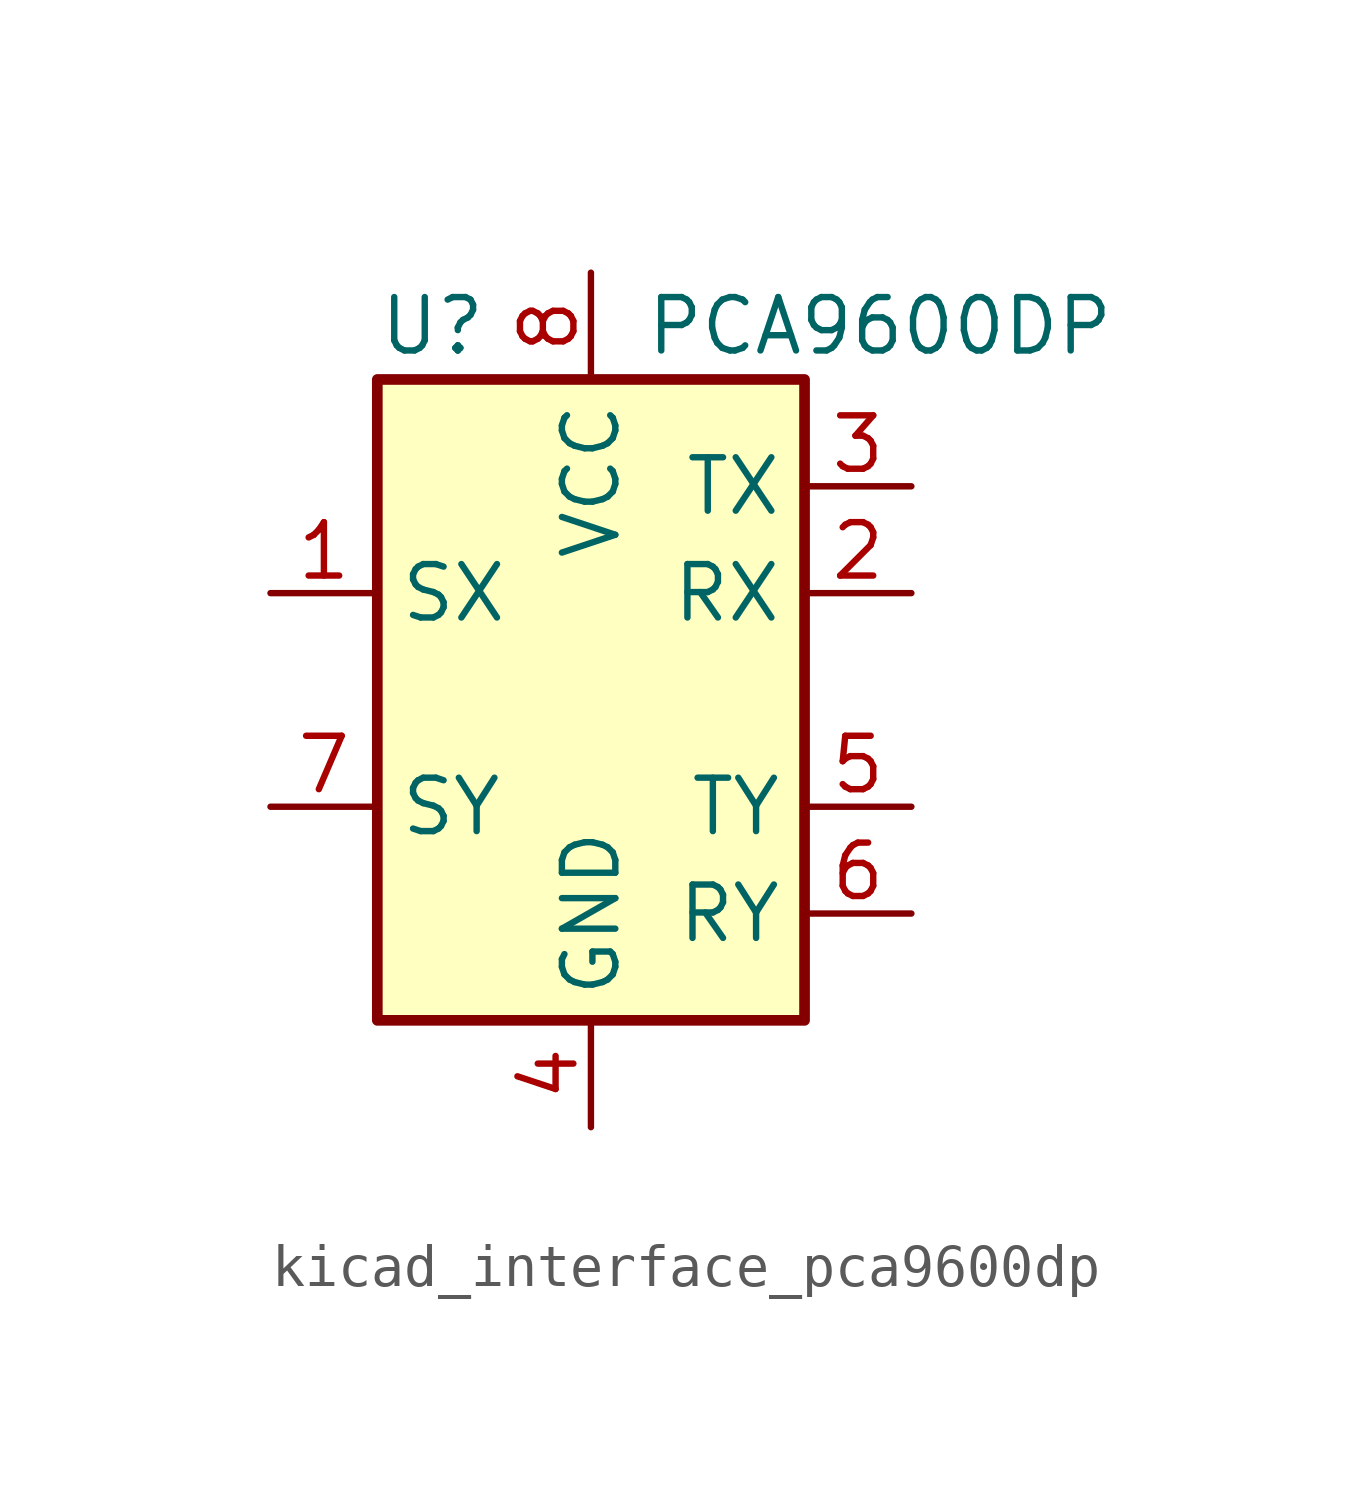
<source format=kicad_sym>
(kicad_symbol_lib
  (version 20220914)
  (generator kicad_symbol_editor)
  (symbol "kicad_interface_pca9600dp"
    (property "Reference" "U"
      (at -5.08 8.89 0)
      (effects (font (size 1.27 1.27)) (justify left)))
    (property "Value" "PCA9600DP"
      (at 1.27 8.89 0)
      (effects (font (size 1.27 1.27)) (justify left)))
    (symbol "kicad_interface_pca9600dp_0_1"
      (rectangle (start -5.08 7.62) (end 5.08 -7.62) (stroke (width 0.254) (type default)) (fill (type background))))
    (symbol "kicad_interface_pca9600dp_1_1"
      (pin bidirectional line (at -7.62 2.54 0) (length 2.54) (name "SX" (effects (font (size 1.27 1.27)))) (number "1" (effects (font (size 1.27 1.27)))))
      (pin input line (at 7.62 2.54 180) (length 2.54) (name "RX" (effects (font (size 1.27 1.27)))) (number "2" (effects (font (size 1.27 1.27)))))
      (pin open_collector line (at 7.62 5.08 180) (length 2.54) (name "TX" (effects (font (size 1.27 1.27)))) (number "3" (effects (font (size 1.27 1.27)))))
      (pin power_in line (at 0 -10.16 90) (length 2.54) (name "GND" (effects (font (size 1.27 1.27)))) (number "4" (effects (font (size 1.27 1.27)))))
      (pin open_collector line (at 7.62 -2.54 180) (length 2.54) (name "TY" (effects (font (size 1.27 1.27)))) (number "5" (effects (font (size 1.27 1.27)))))
      (pin input line (at 7.62 -5.08 180) (length 2.54) (name "RY" (effects (font (size 1.27 1.27)))) (number "6" (effects (font (size 1.27 1.27)))))
      (pin bidirectional line (at -7.62 -2.54 0) (length 2.54) (name "SY" (effects (font (size 1.27 1.27)))) (number "7" (effects (font (size 1.27 1.27)))))
      (pin power_in line (at 0 10.16 270) (length 2.54) (name "VCC" (effects (font (size 1.27 1.27)))) (number "8" (effects (font (size 1.27 1.27))))))))
</source>
